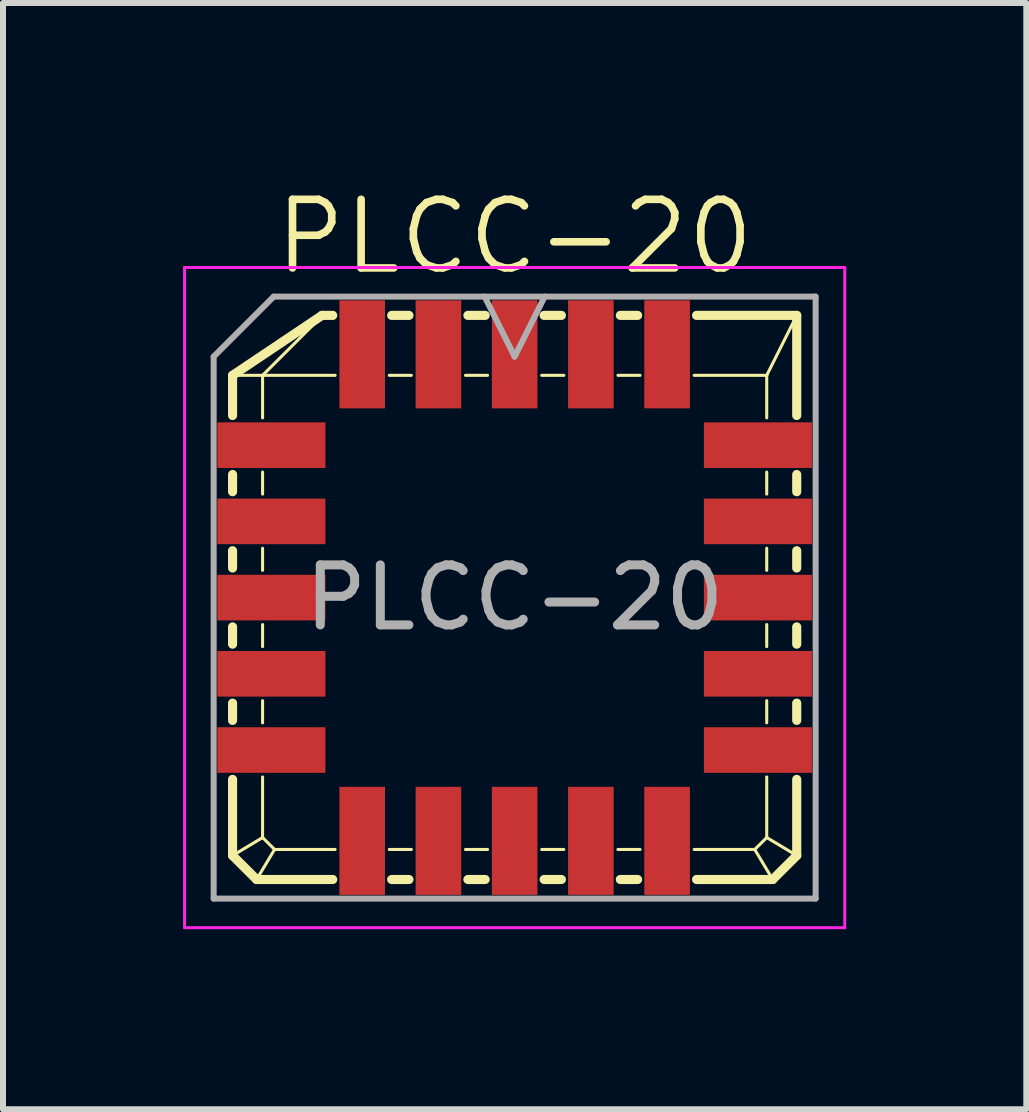
<source format=kicad_pcb>
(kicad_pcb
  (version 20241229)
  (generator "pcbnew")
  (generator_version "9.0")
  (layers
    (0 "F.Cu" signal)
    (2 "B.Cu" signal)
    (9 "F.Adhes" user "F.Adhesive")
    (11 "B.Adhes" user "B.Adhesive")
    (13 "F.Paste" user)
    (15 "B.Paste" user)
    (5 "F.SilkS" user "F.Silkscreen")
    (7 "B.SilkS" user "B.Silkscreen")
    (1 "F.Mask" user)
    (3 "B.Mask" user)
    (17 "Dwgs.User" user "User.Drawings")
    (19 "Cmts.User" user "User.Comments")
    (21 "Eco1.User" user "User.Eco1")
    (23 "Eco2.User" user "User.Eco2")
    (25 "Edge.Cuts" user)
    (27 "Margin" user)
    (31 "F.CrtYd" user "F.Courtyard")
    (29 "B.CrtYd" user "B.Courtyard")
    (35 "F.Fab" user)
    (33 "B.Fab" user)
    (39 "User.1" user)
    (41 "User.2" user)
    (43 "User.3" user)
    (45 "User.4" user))
  (footprint "PLCC-20"
    (layer "F.Cu")
    (at 5.525 6.907)
    (property "Reference" "PLCC-20" (at 0 -6.015 0) (layer "F.SilkS") (effects (font (size 1.143 1.143) (thickness 0.127))))
    (attr smd)
    (fp_line (start -4.7 -3.703) (end -3.21 -4.702) (stroke (width 0.152) (type solid)) (layer "F.SilkS"))
    (fp_line (start -4.7 -3.034) (end -4.7 -3.703) (stroke (width 0.152) (type solid)) (layer "F.SilkS"))
    (fp_line (start -4.7 -1.764) (end -4.7 -2.051) (stroke (width 0.152) (type solid)) (layer "F.SilkS"))
    (fp_line (start -4.7 -0.493) (end -4.7 -0.781) (stroke (width 0.152) (type solid)) (layer "F.SilkS"))
    (fp_line (start -4.7 0.776) (end -4.7 0.488) (stroke (width 0.152) (type solid)) (layer "F.SilkS"))
    (fp_line (start -4.7 2.046) (end -4.7 1.758) (stroke (width 0.152) (type solid)) (layer "F.SilkS"))
    (fp_line (start -4.7 4.298) (end -4.7 3.029) (stroke (width 0.152) (type solid)) (layer "F.SilkS"))
    (fp_line (start -4.7 4.298) (end -4.2 3.998) (stroke (width 0.051) (type solid)) (layer "F.SilkS"))
    (fp_line (start -4.3 4.697) (end -4.7 4.298) (stroke (width 0.152) (type solid)) (layer "F.SilkS"))
    (fp_line (start -4.2 -3.703) (end -4.69 -3.703) (stroke (width 0.051) (type solid)) (layer "F.SilkS"))
    (fp_line (start -4.2 -3.703) (end -3.21 -4.692) (stroke (width 0.051) (type solid)) (layer "F.SilkS"))
    (fp_line (start -4.2 -2.994) (end -4.2 -3.703) (stroke (width 0.051) (type solid)) (layer "F.SilkS"))
    (fp_line (start -4.2 -1.724) (end -4.2 -2.091) (stroke (width 0.051) (type solid)) (layer "F.SilkS"))
    (fp_line (start -4.2 -0.454) (end -4.2 -0.822) (stroke (width 0.051) (type solid)) (layer "F.SilkS"))
    (fp_line (start -4.2 0.817) (end -4.2 0.449) (stroke (width 0.051) (type solid)) (layer "F.SilkS"))
    (fp_line (start -4.2 2.087) (end -4.2 1.718) (stroke (width 0.051) (type solid)) (layer "F.SilkS"))
    (fp_line (start -4.2 3.998) (end -4.2 2.989) (stroke (width 0.051) (type solid)) (layer "F.SilkS"))
    (fp_line (start -4 4.197) (end -4.3 4.697) (stroke (width 0.051) (type solid)) (layer "F.SilkS"))
    (fp_line (start -4 4.197) (end -4.2 3.998) (stroke (width 0.051) (type solid)) (layer "F.SilkS"))
    (fp_line (start -3.21 -4.702) (end -3.031 -4.702) (stroke (width 0.152) (type solid)) (layer "F.SilkS"))
    (fp_line (start -3.031 4.697) (end -4.3 4.697) (stroke (width 0.152) (type solid)) (layer "F.SilkS"))
    (fp_line (start -2.991 -3.703) (end -4.2 -3.703) (stroke (width 0.051) (type solid)) (layer "F.SilkS"))
    (fp_line (start -2.991 4.197) (end -4 4.197) (stroke (width 0.051) (type solid)) (layer "F.SilkS"))
    (fp_line (start -2.089 -3.703) (end -1.721 -3.703) (stroke (width 0.051) (type solid)) (layer "F.SilkS"))
    (fp_line (start -2.049 -4.702) (end -1.761 -4.702) (stroke (width 0.152) (type solid)) (layer "F.SilkS"))
    (fp_line (start -1.761 4.697) (end -2.049 4.697) (stroke (width 0.152) (type solid)) (layer "F.SilkS"))
    (fp_line (start -1.721 4.197) (end -2.089 4.197) (stroke (width 0.051) (type solid)) (layer "F.SilkS"))
    (fp_line (start -0.819 -3.703) (end -0.451 -3.703) (stroke (width 0.051) (type solid)) (layer "F.SilkS"))
    (fp_line (start -0.779 -4.702) (end -0.491 -4.702) (stroke (width 0.152) (type solid)) (layer "F.SilkS"))
    (fp_line (start -0.491 4.697) (end -0.779 4.697) (stroke (width 0.152) (type solid)) (layer "F.SilkS"))
    (fp_line (start -0.451 4.197) (end -0.819 4.197) (stroke (width 0.051) (type solid)) (layer "F.SilkS"))
    (fp_line (start 0.451 -3.703) (end 0.819 -3.703) (stroke (width 0.051) (type solid)) (layer "F.SilkS"))
    (fp_line (start 0.491 -4.702) (end 0.779 -4.702) (stroke (width 0.152) (type solid)) (layer "F.SilkS"))
    (fp_line (start 0.779 4.697) (end 0.491 4.697) (stroke (width 0.152) (type solid)) (layer "F.SilkS"))
    (fp_line (start 0.819 4.197) (end 0.451 4.197) (stroke (width 0.051) (type solid)) (layer "F.SilkS"))
    (fp_line (start 1.721 -3.703) (end 2.089 -3.703) (stroke (width 0.051) (type solid)) (layer "F.SilkS"))
    (fp_line (start 1.761 -4.702) (end 2.049 -4.702) (stroke (width 0.152) (type solid)) (layer "F.SilkS"))
    (fp_line (start 2.049 4.697) (end 1.761 4.697) (stroke (width 0.152) (type solid)) (layer "F.SilkS"))
    (fp_line (start 2.089 4.197) (end 1.721 4.197) (stroke (width 0.051) (type solid)) (layer "F.SilkS"))
    (fp_line (start 2.991 -3.703) (end 4.2 -3.703) (stroke (width 0.051) (type solid)) (layer "F.SilkS"))
    (fp_line (start 3.031 -4.702) (end 4.7 -4.702) (stroke (width 0.152) (type solid)) (layer "F.SilkS"))
    (fp_line (start 4 4.197) (end 2.991 4.197) (stroke (width 0.051) (type solid)) (layer "F.SilkS"))
    (fp_line (start 4.2 -3.703) (end 4.7 -4.702) (stroke (width 0.051) (type solid)) (layer "F.SilkS"))
    (fp_line (start 4.2 -2.994) (end 4.2 -3.703) (stroke (width 0.051) (type solid)) (layer "F.SilkS"))
    (fp_line (start 4.2 -2.091) (end 4.2 -1.724) (stroke (width 0.051) (type solid)) (layer "F.SilkS"))
    (fp_line (start 4.2 -0.822) (end 4.2 -0.454) (stroke (width 0.051) (type solid)) (layer "F.SilkS"))
    (fp_line (start 4.2 0.449) (end 4.2 0.817) (stroke (width 0.051) (type solid)) (layer "F.SilkS"))
    (fp_line (start 4.2 1.718) (end 4.2 2.087) (stroke (width 0.051) (type solid)) (layer "F.SilkS"))
    (fp_line (start 4.2 2.989) (end 4.2 3.998) (stroke (width 0.051) (type solid)) (layer "F.SilkS"))
    (fp_line (start 4.2 3.998) (end 4 4.197) (stroke (width 0.051) (type solid)) (layer "F.SilkS"))
    (fp_line (start 4.2 3.998) (end 4.7 4.298) (stroke (width 0.051) (type solid)) (layer "F.SilkS"))
    (fp_line (start 4.3 4.697) (end 3.031 4.697) (stroke (width 0.152) (type solid)) (layer "F.SilkS"))
    (fp_line (start 4.3 4.697) (end 4 4.197) (stroke (width 0.051) (type solid)) (layer "F.SilkS"))
    (fp_line (start 4.7 -4.702) (end 4.7 -3.034) (stroke (width 0.152) (type solid)) (layer "F.SilkS"))
    (fp_line (start 4.7 -1.764) (end 4.7 -2.051) (stroke (width 0.152) (type solid)) (layer "F.SilkS"))
    (fp_line (start 4.7 -0.781) (end 4.7 -0.493) (stroke (width 0.152) (type solid)) (layer "F.SilkS"))
    (fp_line (start 4.7 0.488) (end 4.7 0.776) (stroke (width 0.152) (type solid)) (layer "F.SilkS"))
    (fp_line (start 4.7 1.758) (end 4.7 2.046) (stroke (width 0.152) (type solid)) (layer "F.SilkS"))
    (fp_line (start 4.7 3.029) (end 4.7 4.298) (stroke (width 0.152) (type solid)) (layer "F.SilkS"))
    (fp_line (start 4.7 4.298) (end 4.3 4.697) (stroke (width 0.152) (type solid)) (layer "F.SilkS"))
    (fp_line (start -5.5 -5.5) (end -5.5 5.5) (stroke (width 0.05) (type solid)) (layer "F.CrtYd"))
    (fp_line (start -5.5 5.5) (end 5.5 5.5) (stroke (width 0.05) (type solid)) (layer "F.CrtYd"))
    (fp_line (start 5.5 -5.5) (end -5.5 -5.5) (stroke (width 0.05) (type solid)) (layer "F.CrtYd"))
    (fp_line (start 5.5 5.5) (end 5.5 -5.5) (stroke (width 0.05) (type solid)) (layer "F.CrtYd"))
    (fp_line (start -5.015 -4.015) (end -5.015 5.015) (stroke (width 0.1) (type solid)) (layer "F.Fab"))
    (fp_line (start -5.015 5.015) (end 5.015 5.015) (stroke (width 0.1) (type solid)) (layer "F.Fab"))
    (fp_line (start -4.015 -5.015) (end -5.015 -4.015) (stroke (width 0.1) (type solid)) (layer "F.Fab"))
    (fp_line (start -0.5 -5.015) (end 0 -4.015) (stroke (width 0.1) (type solid)) (layer "F.Fab"))
    (fp_line (start 0 -4.015) (end 0.5 -5.015) (stroke (width 0.1) (type solid)) (layer "F.Fab"))
    (fp_line (start 5.015 -5.015) (end -4.015 -5.015) (stroke (width 0.1) (type solid)) (layer "F.Fab"))
    (fp_line (start 5.015 5.015) (end 5.015 -5.015) (stroke (width 0.1) (type solid)) (layer "F.Fab"))
    (fp_text user "${REFERENCE}" (at 0 0 0) (layer "F.Fab") (effects (font (size 1 1) (thickness 0.15))))
    (pad "1" smd rect (at 0 -4.053) (size 0.76 1.8) (layers "F.Cu" "F.Mask" "F.Paste"))
    (pad "2" smd rect (at -1.27 -4.053) (size 0.76 1.8) (layers "F.Cu" "F.Mask" "F.Paste"))
    (pad "3" smd rect (at -2.54 -4.053) (size 0.76 1.8) (layers "F.Cu" "F.Mask" "F.Paste"))
    (pad "4" smd rect (at -4.053 -2.54) (size 1.8 0.76) (layers "F.Cu" "F.Mask" "F.Paste"))
    (pad "5" smd rect (at -4.053 -1.27) (size 1.8 0.76) (layers "F.Cu" "F.Mask" "F.Paste"))
    (pad "6" smd rect (at -4.053 0) (size 1.8 0.76) (layers "F.Cu" "F.Mask" "F.Paste"))
    (pad "7" smd rect (at -4.053 1.27) (size 1.8 0.76) (layers "F.Cu" "F.Mask" "F.Paste"))
    (pad "8" smd rect (at -4.053 2.54) (size 1.8 0.76) (layers "F.Cu" "F.Mask" "F.Paste"))
    (pad "9" smd rect (at -2.54 4.053) (size 0.76 1.8) (layers "F.Cu" "F.Mask" "F.Paste"))
    (pad "10" smd rect (at -1.27 4.053) (size 0.76 1.8) (layers "F.Cu" "F.Mask" "F.Paste"))
    (pad "11" smd rect (at 0 4.053) (size 0.76 1.8) (layers "F.Cu" "F.Mask" "F.Paste"))
    (pad "12" smd rect (at 1.27 4.053) (size 0.76 1.8) (layers "F.Cu" "F.Mask" "F.Paste"))
    (pad "13" smd rect (at 2.54 4.053) (size 0.76 1.8) (layers "F.Cu" "F.Mask" "F.Paste"))
    (pad "14" smd rect (at 4.053 2.54) (size 1.8 0.76) (layers "F.Cu" "F.Mask" "F.Paste"))
    (pad "15" smd rect (at 4.053 1.27) (size 1.8 0.76) (layers "F.Cu" "F.Mask" "F.Paste"))
    (pad "16" smd rect (at 4.053 0) (size 1.8 0.76) (layers "F.Cu" "F.Mask" "F.Paste"))
    (pad "17" smd rect (at 4.053 -1.27) (size 1.8 0.76) (layers "F.Cu" "F.Mask" "F.Paste"))
    (pad "18" smd rect (at 4.053 -2.54) (size 1.8 0.76) (layers "F.Cu" "F.Mask" "F.Paste"))
    (pad "19" smd rect (at 2.54 -4.053) (size 0.76 1.8) (layers "F.Cu" "F.Mask" "F.Paste"))
    (pad "20" smd rect (at 1.27 -4.053) (size 0.76 1.8) (layers "F.Cu" "F.Mask" "F.Paste")))
  (gr_rect
    (start -3 -3)
    (end 14.05 15.432)
    (stroke (width 0.1) (type default))
    (fill no)
    (layer "Edge.Cuts")))
</source>
